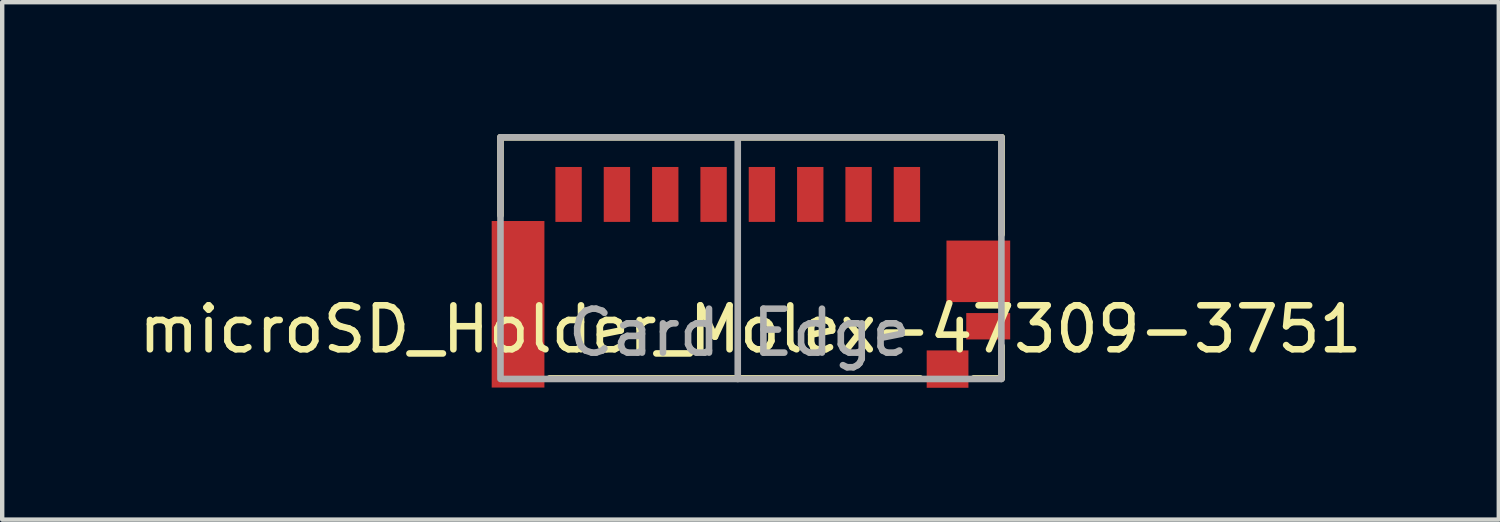
<source format=kicad_pcb>
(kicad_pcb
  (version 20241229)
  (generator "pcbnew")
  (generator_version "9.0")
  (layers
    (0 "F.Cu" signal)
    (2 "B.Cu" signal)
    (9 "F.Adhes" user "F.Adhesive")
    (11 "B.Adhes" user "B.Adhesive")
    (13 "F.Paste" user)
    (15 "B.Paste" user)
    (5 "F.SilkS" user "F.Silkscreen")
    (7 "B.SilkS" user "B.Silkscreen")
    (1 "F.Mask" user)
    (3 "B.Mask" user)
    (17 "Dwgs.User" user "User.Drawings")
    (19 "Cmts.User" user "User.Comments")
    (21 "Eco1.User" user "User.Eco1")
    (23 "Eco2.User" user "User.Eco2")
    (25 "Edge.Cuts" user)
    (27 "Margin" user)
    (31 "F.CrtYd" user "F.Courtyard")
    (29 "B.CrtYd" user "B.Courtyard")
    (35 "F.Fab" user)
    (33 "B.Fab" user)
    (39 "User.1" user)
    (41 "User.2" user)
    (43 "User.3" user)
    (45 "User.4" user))
  (footprint "microSD_Holder_Molex-47309-3751"
    (layer "F.Cu")
    (at 14.03 2.818)
    (property "Reference" "microSD_Holder_Molex-47309-3751" (at 0 1.626 0) (layer "F.SilkS") (effects (font (size 1 1) (thickness 0.15))))
    (attr through_hole)
    (fp_line (start -5.69 -2.743) (end -5.69 -0.965) (stroke (width 0.15) (type solid)) (layer "F.SilkS"))
    (fp_line (start -5.69 -2.743) (end 5.715 -2.743) (stroke (width 0.15) (type solid)) (layer "F.SilkS"))
    (fp_line (start -4.572 2.743) (end 3.861 2.743) (stroke (width 0.15) (type solid)) (layer "F.SilkS"))
    (fp_line (start 5.08 2.743) (end 5.715 2.743) (stroke (width 0.15) (type solid)) (layer "F.SilkS"))
    (fp_line (start 5.715 -2.743) (end 5.715 -0.533) (stroke (width 0.15) (type solid)) (layer "F.SilkS"))
    (fp_line (start 5.715 2.743) (end 5.715 2.007) (stroke (width 0.15) (type solid)) (layer "F.SilkS"))
    (fp_line (start -5.69 -2.743) (end -5.69 2.757) (stroke (width 0.15) (type solid)) (layer "F.Fab"))
    (fp_line (start -5.69 -2.743) (end 5.71 -2.743) (stroke (width 0.15) (type solid)) (layer "F.Fab"))
    (fp_line (start -5.64 2.757) (end 5.71 2.757) (stroke (width 0.15) (type solid)) (layer "F.Fab"))
    (fp_line (start -0.29 -2.743) (end -0.29 2.757) (stroke (width 0.15) (type solid)) (layer "F.Fab"))
    (fp_line (start 5.71 -2.743) (end 5.71 2.757) (stroke (width 0.15) (type solid)) (layer "F.Fab"))
    (fp_text user "Card Edge" (at -0.254 1.702 0) (layer "F.Fab") (effects (font (size 1 1) (thickness 0.15))))
    (pad "1" smd rect (at 3.56 -1.443) (size 0.6 1.25) (layers "F.Cu" "F.Mask" "F.Paste"))
    (pad "2" smd rect (at 2.46 -1.443) (size 0.6 1.25) (layers "F.Cu" "F.Mask" "F.Paste"))
    (pad "3" smd rect (at 1.36 -1.443) (size 0.6 1.25) (layers "F.Cu" "F.Mask" "F.Paste"))
    (pad "4" smd rect (at 0.26 -1.443) (size 0.6 1.25) (layers "F.Cu" "F.Mask" "F.Paste"))
    (pad "5" smd rect (at -0.84 -1.443) (size 0.6 1.25) (layers "F.Cu" "F.Mask" "F.Paste"))
    (pad "6" smd rect (at -1.94 -1.443) (size 0.6 1.25) (layers "F.Cu" "F.Mask" "F.Paste"))
    (pad "7" smd rect (at -3.04 -1.443) (size 0.6 1.25) (layers "F.Cu" "F.Mask" "F.Paste"))
    (pad "8" smd rect (at -4.14 -1.443) (size 0.6 1.25) (layers "F.Cu" "F.Mask" "F.Paste"))
    (pad "9" smd rect (at 5.41 1.557) (size 1 0.6) (layers "F.Cu" "F.Mask" "F.Paste"))
    (pad "10" smd rect (at 4.485 2.532) (size 0.95 0.85) (layers "F.Cu" "F.Mask" "F.Paste"))
    (pad "11" smd rect (at -5.29 1.057) (size 1.2 3.79) (layers "F.Cu" "F.Mask" "F.Paste"))
    (pad "11" smd rect (at 5.185 0.307) (size 1.45 1.4) (layers "F.Cu" "F.Mask" "F.Paste")))
  (gr_rect
    (start -3 -3)
    (end 31.06 8.775)
    (stroke (width 0.1) (type default))
    (fill no)
    (layer "Edge.Cuts")))
</source>
